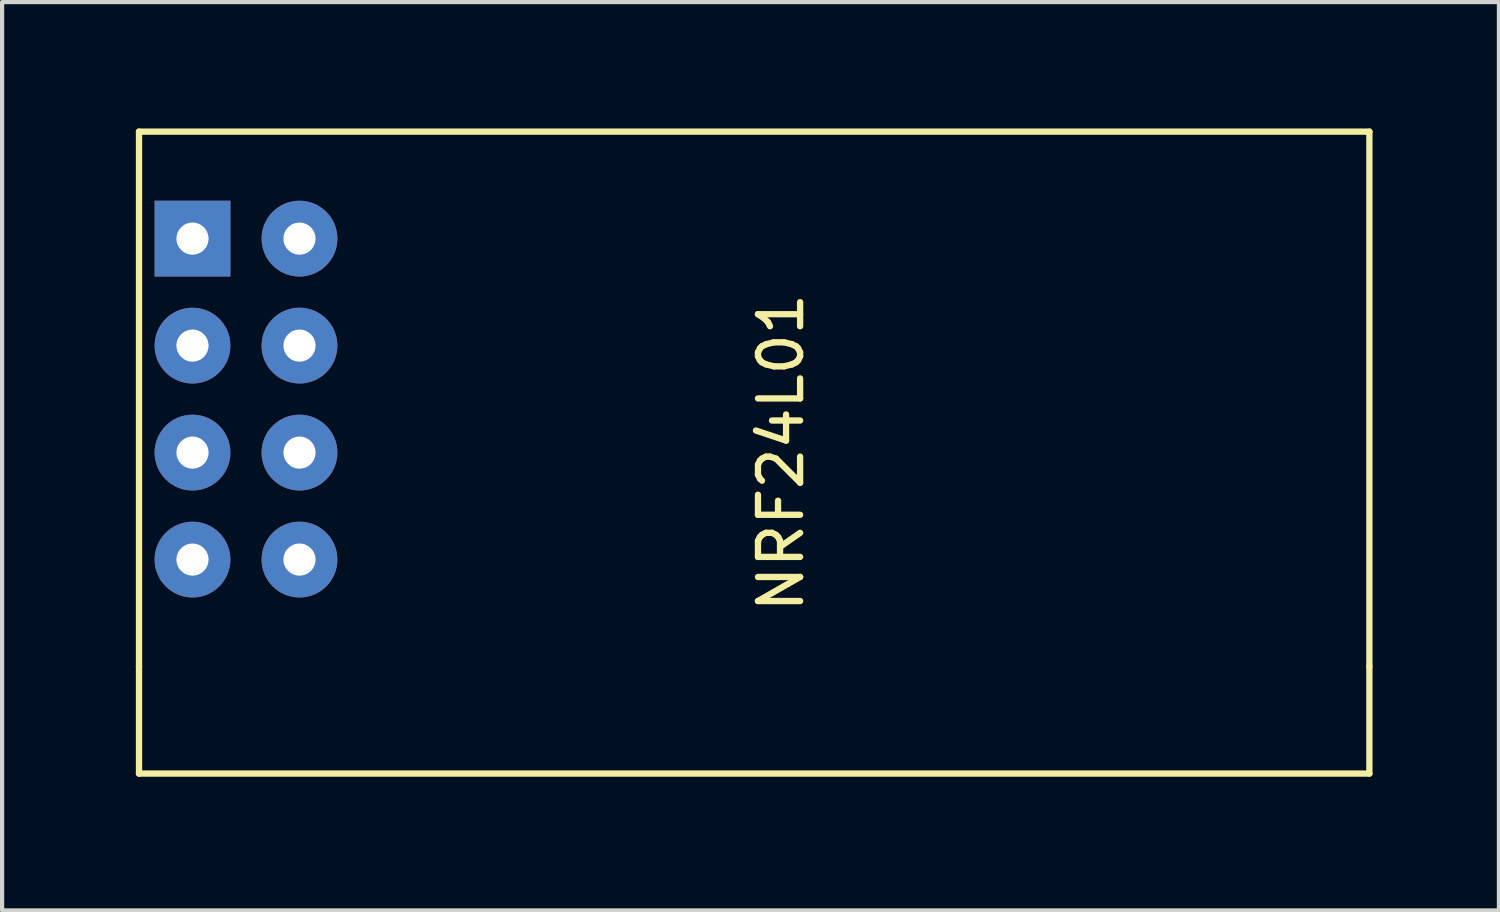
<source format=kicad_pcb>
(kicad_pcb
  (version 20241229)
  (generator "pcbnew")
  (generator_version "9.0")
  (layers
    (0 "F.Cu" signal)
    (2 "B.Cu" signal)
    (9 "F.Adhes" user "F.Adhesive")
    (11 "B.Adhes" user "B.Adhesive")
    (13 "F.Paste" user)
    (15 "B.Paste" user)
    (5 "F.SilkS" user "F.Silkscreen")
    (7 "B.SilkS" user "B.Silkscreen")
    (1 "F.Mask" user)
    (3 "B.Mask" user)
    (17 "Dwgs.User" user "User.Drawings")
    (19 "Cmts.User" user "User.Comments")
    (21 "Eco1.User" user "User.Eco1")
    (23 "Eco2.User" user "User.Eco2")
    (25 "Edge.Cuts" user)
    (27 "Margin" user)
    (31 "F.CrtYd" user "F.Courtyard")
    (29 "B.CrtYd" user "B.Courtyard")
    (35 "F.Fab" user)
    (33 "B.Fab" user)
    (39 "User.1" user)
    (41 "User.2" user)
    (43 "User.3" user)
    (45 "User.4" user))
  (footprint "NRF24L01"
    (layer "F.Cu")
    (at 0.25 15.315)
    (property "Reference" "NRF24L01" (at 15.24 -7.62 90) (layer "F.SilkS") (effects (font (size 1 1) (thickness 0.15))))
    (attr through_hole)
    (fp_line (start 0 -15.24) (end 0 -2.54) (stroke (width 0.15) (type solid)) (layer "F.SilkS"))
    (fp_line (start 0 -2.54) (end 0 0) (stroke (width 0.15) (type solid)) (layer "F.SilkS"))
    (fp_line (start 0 0) (end 29.21 0) (stroke (width 0.15) (type solid)) (layer "F.SilkS"))
    (fp_line (start 29.21 -15.24) (end 0 -15.24) (stroke (width 0.15) (type solid)) (layer "F.SilkS"))
    (fp_line (start 29.21 -2.54) (end 29.21 -15.24) (stroke (width 0.15) (type solid)) (layer "F.SilkS"))
    (fp_line (start 29.21 0) (end 29.21 -2.54) (stroke (width 0.15) (type solid)) (layer "F.SilkS"))
    (pad "1" thru_hole rect (at 1.27 -12.7) (size 1.8 1.8) (drill 0.762) (layers "*.Cu" "*.Mask"))
    (pad "2" thru_hole circle (at 3.81 -12.7) (size 1.8 1.8) (drill 0.762) (layers "*.Cu" "*.Mask"))
    (pad "3" thru_hole circle (at 1.27 -10.16) (size 1.8 1.8) (drill 0.762) (layers "*.Cu" "*.Mask"))
    (pad "4" thru_hole circle (at 3.81 -10.16) (size 1.8 1.8) (drill 0.762) (layers "*.Cu" "*.Mask"))
    (pad "5" thru_hole circle (at 1.27 -7.62) (size 1.8 1.8) (drill 0.762) (layers "*.Cu" "*.Mask"))
    (pad "6" thru_hole circle (at 3.81 -7.62) (size 1.8 1.8) (drill 0.762) (layers "*.Cu" "*.Mask"))
    (pad "7" thru_hole circle (at 1.27 -5.08) (size 1.8 1.8) (drill 0.762) (layers "*.Cu" "*.Mask"))
    (pad "8" thru_hole circle (at 3.81 -5.08) (size 1.8 1.8) (drill 0.762) (layers "*.Cu" "*.Mask")))
  (gr_rect
    (start -3 -3)
    (end 32.535 18.565)
    (stroke (width 0.1) (type default))
    (fill no)
    (layer "Edge.Cuts")))
</source>
